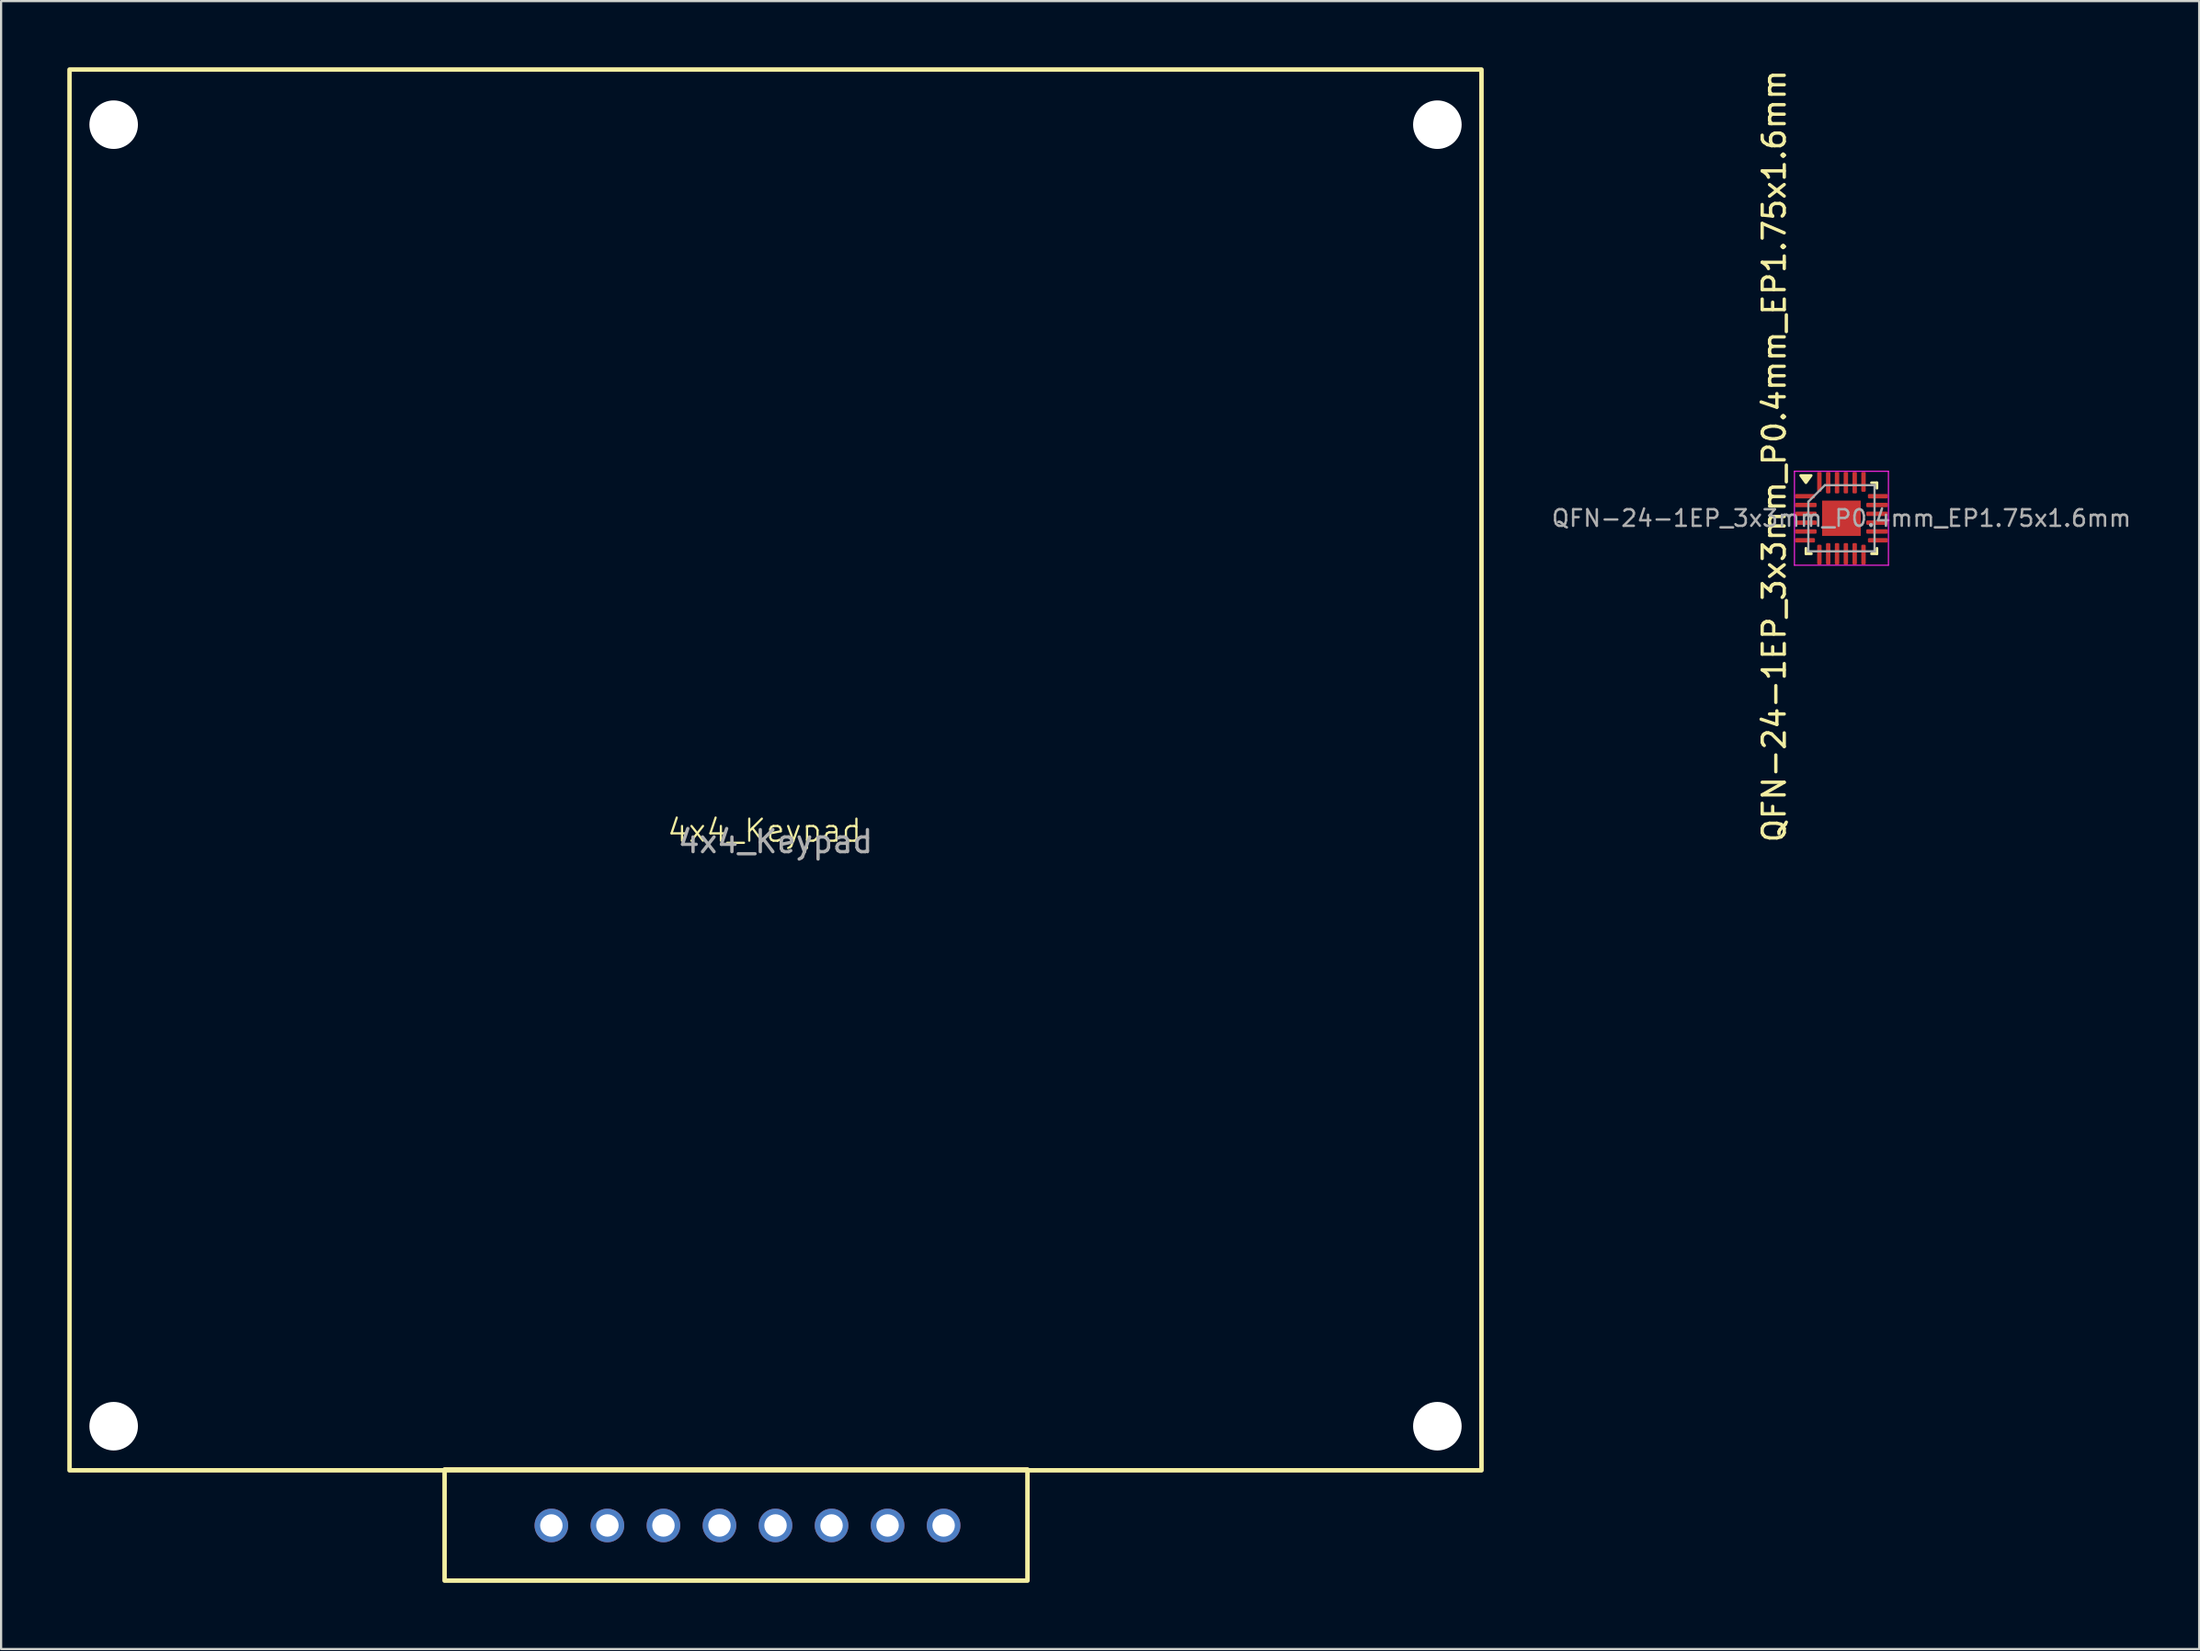
<source format=kicad_pcb>
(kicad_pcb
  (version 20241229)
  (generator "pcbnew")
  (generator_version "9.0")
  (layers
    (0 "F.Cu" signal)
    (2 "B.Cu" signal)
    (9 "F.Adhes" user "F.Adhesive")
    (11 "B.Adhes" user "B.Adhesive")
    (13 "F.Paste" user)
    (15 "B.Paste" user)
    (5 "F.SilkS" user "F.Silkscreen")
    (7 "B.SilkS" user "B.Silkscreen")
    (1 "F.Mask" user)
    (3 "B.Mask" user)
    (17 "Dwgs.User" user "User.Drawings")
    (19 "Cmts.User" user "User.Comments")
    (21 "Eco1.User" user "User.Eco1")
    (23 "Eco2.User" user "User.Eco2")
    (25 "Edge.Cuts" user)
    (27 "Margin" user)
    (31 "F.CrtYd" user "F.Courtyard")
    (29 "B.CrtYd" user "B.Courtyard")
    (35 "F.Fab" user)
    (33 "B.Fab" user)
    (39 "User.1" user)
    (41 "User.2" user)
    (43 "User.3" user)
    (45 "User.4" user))
  (footprint "4x4_Keypad"
    (layer "F.Cu")
    (at 32.102 32.602)
    (property "Reference" "4x4_Keypad" (at -0.5 2 0) (unlocked yes) (layer "F.SilkS") (effects (font (size 1 1) (thickness 0.1))))
    (attr through_hole)
    (fp_rect (start -32 -32.5) (end 32 31) (stroke (width 0.203) (type default)) (fill no) (layer "F.SilkS"))
    (fp_rect (start -15 30.96) (end 11.42 36) (stroke (width 0.203) (type default)) (fill no) (layer "F.SilkS"))
    (fp_text user "${REFERENCE}" (at 0 2.5 0) (unlocked yes) (layer "F.Fab") (effects (font (size 1 1) (thickness 0.15))))
    (pad "" np_thru_hole circle (at -30 -30) (size 2.2 2.2) (drill 2.2) (layers "*.Cu" "*.Mask"))
    (pad "" np_thru_hole circle (at -30 29) (size 2.2 2.2) (drill 2.2) (layers "*.Cu" "*.Mask"))
    (pad "" np_thru_hole circle (at 30 -30) (size 2.2 2.2) (drill 2.2) (layers "*.Cu" "*.Mask"))
    (pad "" np_thru_hole circle (at 30 29) (size 2.2 2.2) (drill 2.2) (layers "*.Cu" "*.Mask"))
    (pad "1" thru_hole circle (at -10.16 33.5) (size 1.524 1.524) (drill 1.016) (layers "*.Cu" "*.Mask"))
    (pad "2" thru_hole circle (at -7.62 33.5) (size 1.524 1.524) (drill 1.016) (layers "*.Cu" "*.Mask"))
    (pad "3" thru_hole circle (at -5.08 33.5) (size 1.524 1.524) (drill 1.016) (layers "*.Cu" "*.Mask"))
    (pad "4" thru_hole circle (at -2.54 33.5) (size 1.524 1.524) (drill 1.016) (layers "*.Cu" "*.Mask"))
    (pad "5" thru_hole circle (at 0 33.5) (size 1.524 1.524) (drill 1.016) (layers "*.Cu" "*.Mask"))
    (pad "6" thru_hole circle (at 2.54 33.5) (size 1.524 1.524) (drill 1.016) (layers "*.Cu" "*.Mask"))
    (pad "7" thru_hole circle (at 5.08 33.5) (size 1.524 1.524) (drill 1.016) (layers "*.Cu" "*.Mask"))
    (pad "8" thru_hole circle (at 7.62 33.5) (size 1.524 1.524) (drill 1.016) (layers "*.Cu" "*.Mask")))
  (footprint "QFN-24-1EP_3x3mm_P0.4mm_EP1.75x1.6mm"
    (layer "F.Cu")
    (at 80.418 20.443)
    (property "Reference" "QFN-24-1EP_3x3mm_P0.4mm_EP1.75x1.6mm" (at -3.048 -2.818 90) (layer "F.SilkS") (effects (font (size 1 1) (thickness 0.15))))
    (attr smd)
    (fp_line (start -1.61 1.61) (end -1.61 1.36) (stroke (width 0.12) (type solid)) (layer "F.SilkS"))
    (fp_line (start -1.36 1.61) (end -1.61 1.61) (stroke (width 0.12) (type solid)) (layer "F.SilkS"))
    (fp_line (start 1.36 -1.61) (end 1.61 -1.61) (stroke (width 0.12) (type solid)) (layer "F.SilkS"))
    (fp_line (start 1.36 1.61) (end 1.61 1.61) (stroke (width 0.12) (type solid)) (layer "F.SilkS"))
    (fp_line (start 1.61 -1.61) (end 1.61 -1.36) (stroke (width 0.12) (type solid)) (layer "F.SilkS"))
    (fp_line (start 1.61 1.61) (end 1.61 1.36) (stroke (width 0.12) (type solid)) (layer "F.SilkS"))
    (fp_poly (pts (xy -1.61 -1.61) (xy -1.85 -1.94) (xy -1.37 -1.94) (xy -1.61 -1.61)) (stroke (width 0.12) (type solid)) (fill yes) (layer "F.SilkS"))
    (fp_line (start -2.13 -2.13) (end -2.13 2.13) (stroke (width 0.05) (type solid)) (layer "F.CrtYd"))
    (fp_line (start -2.13 2.13) (end 2.13 2.13) (stroke (width 0.05) (type solid)) (layer "F.CrtYd"))
    (fp_line (start 2.13 -2.13) (end -2.13 -2.13) (stroke (width 0.05) (type solid)) (layer "F.CrtYd"))
    (fp_line (start 2.13 2.13) (end 2.13 -2.13) (stroke (width 0.05) (type solid)) (layer "F.CrtYd"))
    (fp_line (start -1.5 -0.75) (end -0.75 -1.5) (stroke (width 0.1) (type solid)) (layer "F.Fab"))
    (fp_line (start -1.5 1.5) (end -1.5 -0.75) (stroke (width 0.1) (type solid)) (layer "F.Fab"))
    (fp_line (start -0.75 -1.5) (end 1.5 -1.5) (stroke (width 0.1) (type solid)) (layer "F.Fab"))
    (fp_line (start 1.5 -1.5) (end 1.5 1.5) (stroke (width 0.1) (type solid)) (layer "F.Fab"))
    (fp_line (start 1.5 1.5) (end -1.5 1.5) (stroke (width 0.1) (type solid)) (layer "F.Fab"))
    (fp_text user "${REFERENCE}" (at 0 0 0) (layer "F.Fab") (effects (font (size 0.75 0.75) (thickness 0.11))))
    (pad "1" smd roundrect (at -1.65 -1) (size 0.9 0.2) (layers "F.Cu" "F.Mask" "F.Paste") (roundrect_rratio 0.25))
    (pad "2" smd roundrect (at -1.613 -0.6) (size 0.975 0.2) (layers "F.Cu" "F.Mask" "F.Paste") (roundrect_rratio 0.25))
    (pad "3" smd roundrect (at -1.613 -0.2) (size 0.975 0.2) (layers "F.Cu" "F.Mask" "F.Paste") (roundrect_rratio 0.25))
    (pad "4" smd roundrect (at -1.613 0.2) (size 0.975 0.2) (layers "F.Cu" "F.Mask" "F.Paste") (roundrect_rratio 0.25))
    (pad "5" smd roundrect (at -1.613 0.6) (size 0.975 0.2) (layers "F.Cu" "F.Mask" "F.Paste") (roundrect_rratio 0.25))
    (pad "6" smd roundrect (at -1.65 1) (size 0.9 0.2) (layers "F.Cu" "F.Mask" "F.Paste") (roundrect_rratio 0.25))
    (pad "7" smd roundrect (at -1 1.65 90) (size 0.9 0.2) (layers "F.Cu" "F.Mask" "F.Paste") (roundrect_rratio 0.25))
    (pad "8" smd roundrect (at -0.6 1.613) (size 0.2 0.975) (layers "F.Cu" "F.Mask" "F.Paste") (roundrect_rratio 0.25))
    (pad "9" smd roundrect (at -0.2 1.613) (size 0.2 0.975) (layers "F.Cu" "F.Mask" "F.Paste") (roundrect_rratio 0.25))
    (pad "10" smd roundrect (at 0.2 1.613) (size 0.2 0.975) (layers "F.Cu" "F.Mask" "F.Paste") (roundrect_rratio 0.25))
    (pad "11" smd roundrect (at 0.6 1.613) (size 0.2 0.975) (layers "F.Cu" "F.Mask" "F.Paste") (roundrect_rratio 0.25))
    (pad "12" smd roundrect (at 1 1.65 90) (size 0.9 0.2) (layers "F.Cu" "F.Mask" "F.Paste") (roundrect_rratio 0.25))
    (pad "13" smd roundrect (at 1.65 1) (size 0.9 0.2) (layers "F.Cu" "F.Mask" "F.Paste") (roundrect_rratio 0.25))
    (pad "14" smd roundrect (at 1.613 0.6) (size 0.975 0.2) (layers "F.Cu" "F.Mask" "F.Paste") (roundrect_rratio 0.25))
    (pad "15" smd roundrect (at 1.613 0.2) (size 0.975 0.2) (layers "F.Cu" "F.Mask" "F.Paste") (roundrect_rratio 0.25))
    (pad "16" smd roundrect (at 1.613 -0.2) (size 0.975 0.2) (layers "F.Cu" "F.Mask" "F.Paste") (roundrect_rratio 0.25))
    (pad "17" smd roundrect (at 1.613 -0.6) (size 0.975 0.2) (layers "F.Cu" "F.Mask" "F.Paste") (roundrect_rratio 0.25))
    (pad "18" smd roundrect (at 1.65 -1) (size 0.9 0.2) (layers "F.Cu" "F.Mask" "F.Paste") (roundrect_rratio 0.25))
    (pad "19" smd roundrect (at 1 -1.65 90) (size 0.9 0.2) (layers "F.Cu" "F.Mask" "F.Paste") (roundrect_rratio 0.25))
    (pad "20" smd roundrect (at 0.6 -1.613) (size 0.2 0.975) (layers "F.Cu" "F.Mask" "F.Paste") (roundrect_rratio 0.25))
    (pad "21" smd roundrect (at 0.2 -1.613) (size 0.2 0.975) (layers "F.Cu" "F.Mask" "F.Paste") (roundrect_rratio 0.25))
    (pad "22" smd roundrect (at -0.2 -1.613) (size 0.2 0.975) (layers "F.Cu" "F.Mask" "F.Paste") (roundrect_rratio 0.25))
    (pad "23" smd roundrect (at -0.6 -1.613) (size 0.2 0.975) (layers "F.Cu" "F.Mask" "F.Paste") (roundrect_rratio 0.25))
    (pad "24" smd roundrect (at -1 -1.65 90) (size 0.9 0.2) (layers "F.Cu" "F.Mask" "F.Paste") (roundrect_rratio 0.25))
    (pad "25" smd rect (at 0 0) (size 1.75 1.6) (property pad_prop_heatsink) (layers "F.Cu" "F.Mask")))
  (gr_rect
    (start -3 -3)
    (end 96.633 71.703)
    (stroke (width 0.1) (type default))
    (fill no)
    (layer "Edge.Cuts")))
</source>
